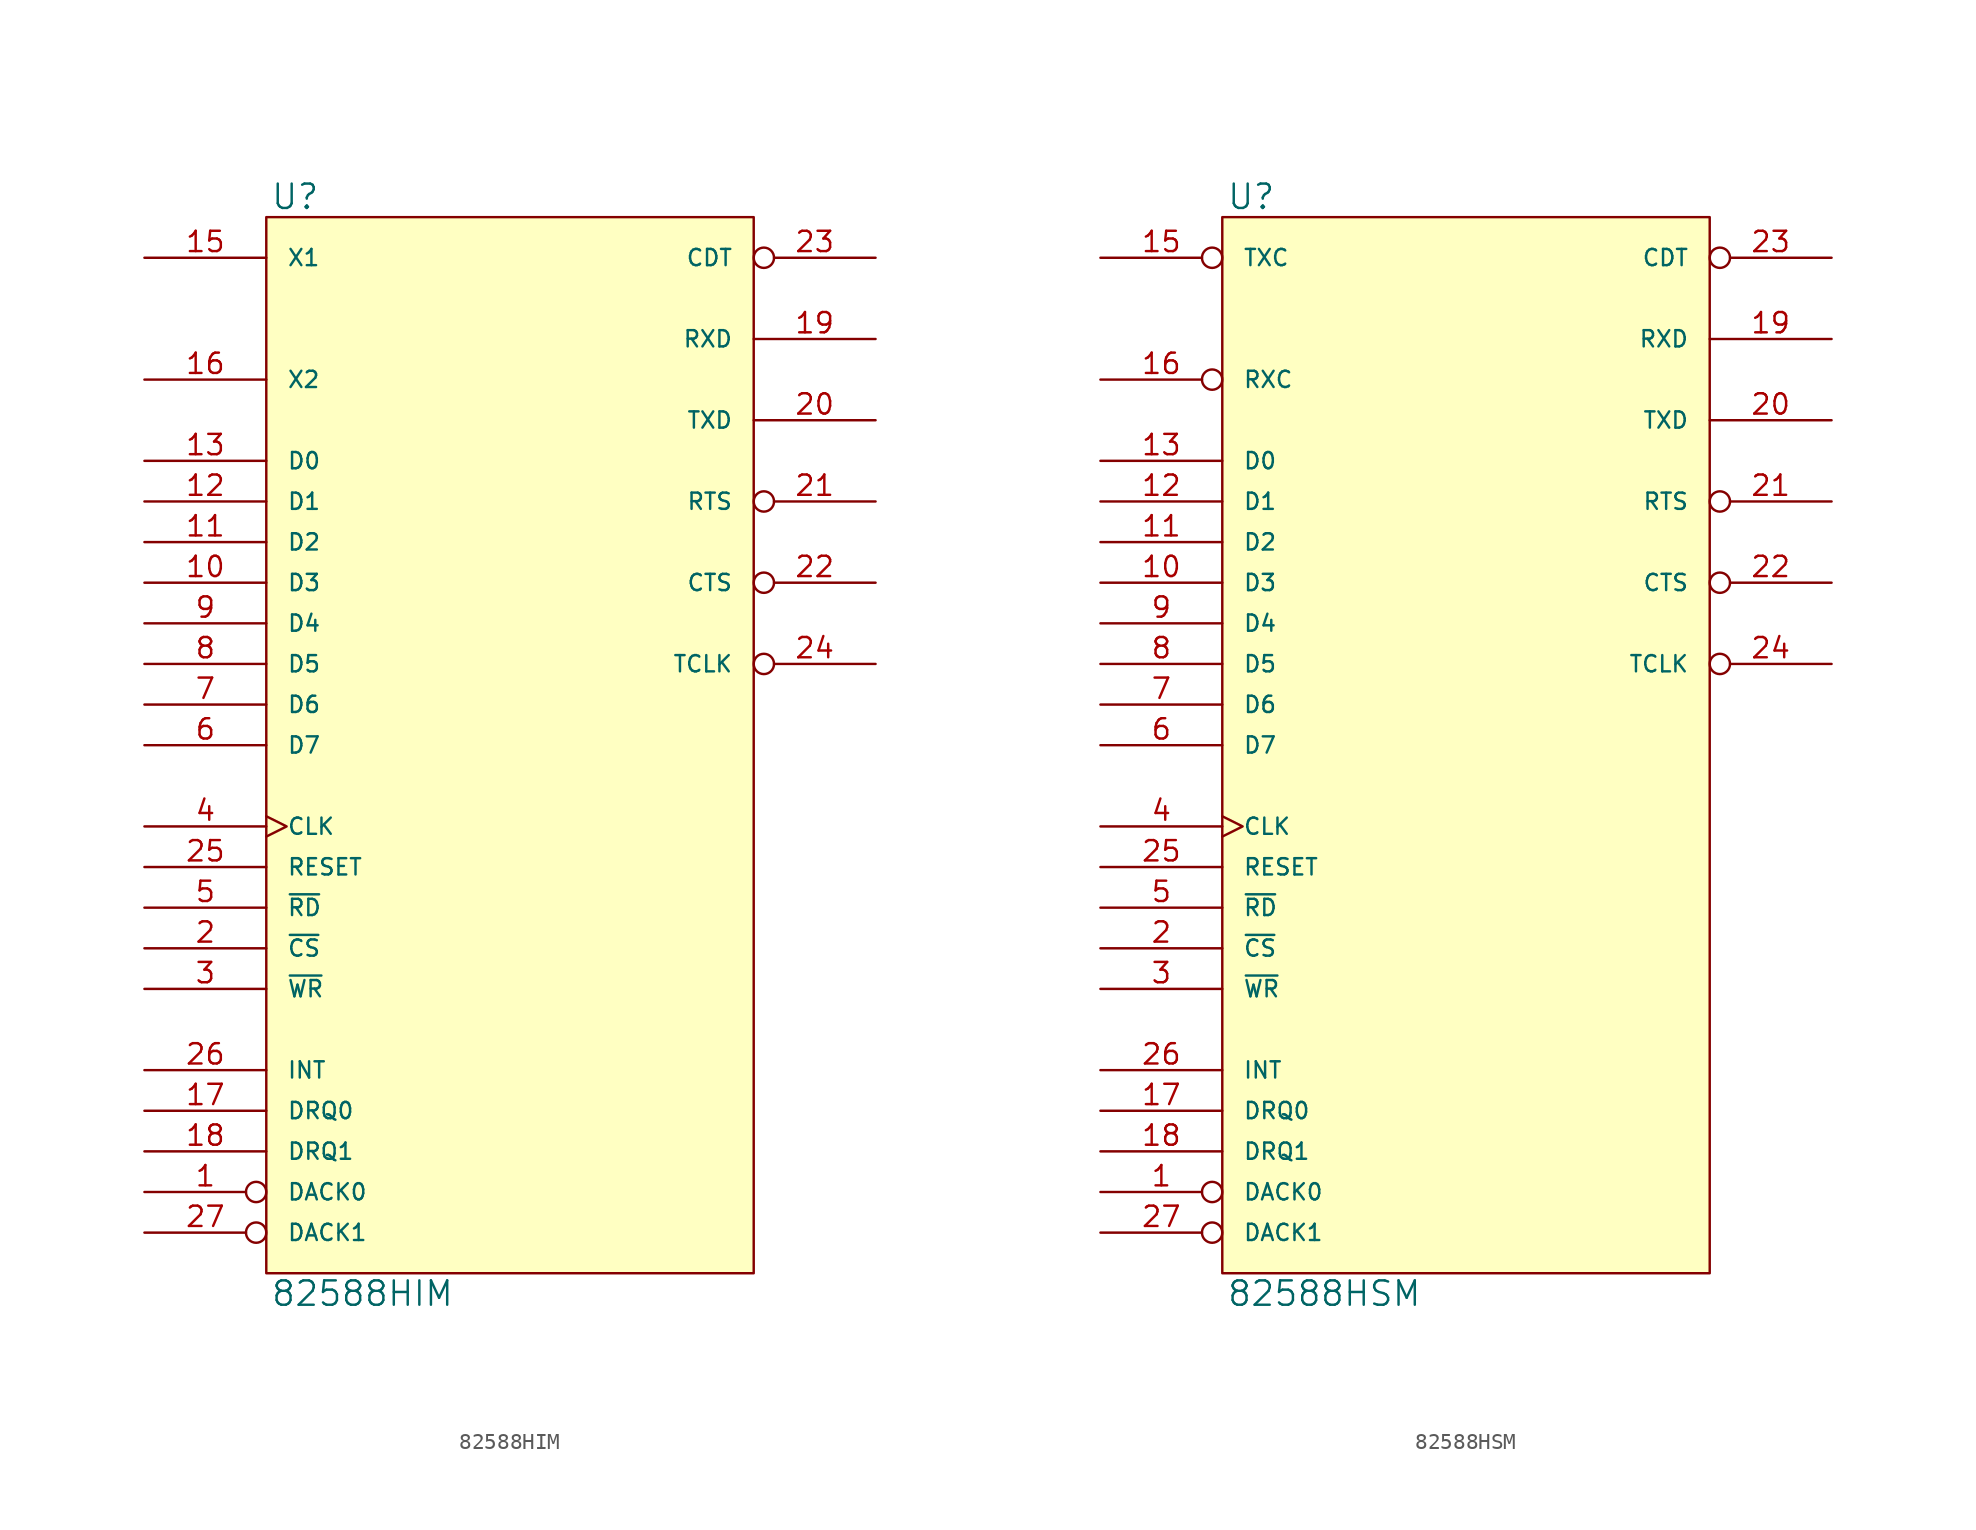
<source format=kicad_sym>
(kicad_symbol_lib
  (version 20231120)
  (generator "kicad_symbol_editor")
  (generator_version "8.0")
  (symbol "82588HIM"
    (pin_names
      (offset 1.27))
    (property "Reference" "U"
      (at 0.254 0.381 0)
      (effects (font (size 1.524 1.524)) (justify left bottom)))
    (property "Value" "82588HIM"
      (at 0.254 -66.421 0)
      (effects (font (size 1.524 1.524)) (justify left top)))
    (symbol "82588HIM_0_1"
      (rectangle (start 0 0) (end 30.48 -66.04) (stroke (width 0) (type solid)) (fill (type background))))
    (symbol "82588HIM_1_1"
      (pin input inverted (at -7.62 -60.96 0) (length 7.62) (name "DACK0" (effects (font (size 1.016 1.016)))) (number "1" (effects (font (size 1.27 1.27)))))
      (pin bidirectional line (at -7.62 -22.86 0) (length 7.62) (name "D3" (effects (font (size 1.016 1.016)))) (number "10" (effects (font (size 1.27 1.27)))))
      (pin bidirectional line (at -7.62 -20.32 0) (length 7.62) (name "D2" (effects (font (size 1.016 1.016)))) (number "11" (effects (font (size 1.27 1.27)))))
      (pin bidirectional line (at -7.62 -17.78 0) (length 7.62) (name "D1" (effects (font (size 1.016 1.016)))) (number "12" (effects (font (size 1.27 1.27)))))
      (pin bidirectional line (at -7.62 -15.24 0) (length 7.62) (name "D0" (effects (font (size 1.016 1.016)))) (number "13" (effects (font (size 1.27 1.27)))))
      (pin power_in line (at 0 -66.04 90) (length 0) hide (name "GND" (effects (font (size 1.016 1.016)))) (number "14" (effects (font (size 1.27 1.27)))))
      (pin input line (at -7.62 -2.54 0) (length 7.62) (name "X1" (effects (font (size 1.016 1.016)))) (number "15" (effects (font (size 1.27 1.27)))))
      (pin input line (at -7.62 -10.16 0) (length 7.62) (name "X2" (effects (font (size 1.016 1.016)))) (number "16" (effects (font (size 1.27 1.27)))))
      (pin output line (at -7.62 -55.88 0) (length 7.62) (name "DRQ0" (effects (font (size 1.016 1.016)))) (number "17" (effects (font (size 1.27 1.27)))))
      (pin output line (at -7.62 -58.42 0) (length 7.62) (name "DRQ1" (effects (font (size 1.016 1.016)))) (number "18" (effects (font (size 1.27 1.27)))))
      (pin input line (at 38.1 -7.62 180) (length 7.62) (name "RXD" (effects (font (size 1.016 1.016)))) (number "19" (effects (font (size 1.27 1.27)))))
      (pin input line (at -7.62 -45.72 0) (length 7.62) (name "~{CS}" (effects (font (size 1.016 1.016)))) (number "2" (effects (font (size 1.27 1.27)))))
      (pin output line (at 38.1 -12.7 180) (length 7.62) (name "TXD" (effects (font (size 1.016 1.016)))) (number "20" (effects (font (size 1.27 1.27)))))
      (pin output inverted (at 38.1 -17.78 180) (length 7.62) (name "RTS" (effects (font (size 1.016 1.016)))) (number "21" (effects (font (size 1.27 1.27)))))
      (pin input inverted (at 38.1 -22.86 180) (length 7.62) (name "CTS" (effects (font (size 1.016 1.016)))) (number "22" (effects (font (size 1.27 1.27)))))
      (pin input inverted (at 38.1 -2.54 180) (length 7.62) (name "CDT" (effects (font (size 1.016 1.016)))) (number "23" (effects (font (size 1.27 1.27)))))
      (pin output inverted (at 38.1 -27.94 180) (length 7.62) (name "TCLK" (effects (font (size 1.016 1.016)))) (number "24" (effects (font (size 1.27 1.27)))))
      (pin input line (at -7.62 -40.64 0) (length 7.62) (name "RESET" (effects (font (size 1.016 1.016)))) (number "25" (effects (font (size 1.27 1.27)))))
      (pin output line (at -7.62 -53.34 0) (length 7.62) (name "INT" (effects (font (size 1.016 1.016)))) (number "26" (effects (font (size 1.27 1.27)))))
      (pin input inverted (at -7.62 -63.5 0) (length 7.62) (name "DACK1" (effects (font (size 1.016 1.016)))) (number "27" (effects (font (size 1.27 1.27)))))
      (pin power_in line (at 0 0 270) (length 0) hide (name "VCC" (effects (font (size 1.016 1.016)))) (number "28" (effects (font (size 1.27 1.27)))))
      (pin input line (at -7.62 -48.26 0) (length 7.62) (name "~{WR}" (effects (font (size 1.016 1.016)))) (number "3" (effects (font (size 1.27 1.27)))))
      (pin input clock (at -7.62 -38.1 0) (length 7.62) (name "CLK" (effects (font (size 1.016 1.016)))) (number "4" (effects (font (size 1.27 1.27)))))
      (pin input line (at -7.62 -43.18 0) (length 7.62) (name "~{RD}" (effects (font (size 1.016 1.016)))) (number "5" (effects (font (size 1.27 1.27)))))
      (pin bidirectional line (at -7.62 -33.02 0) (length 7.62) (name "D7" (effects (font (size 1.016 1.016)))) (number "6" (effects (font (size 1.27 1.27)))))
      (pin bidirectional line (at -7.62 -30.48 0) (length 7.62) (name "D6" (effects (font (size 1.016 1.016)))) (number "7" (effects (font (size 1.27 1.27)))))
      (pin bidirectional line (at -7.62 -27.94 0) (length 7.62) (name "D5" (effects (font (size 1.016 1.016)))) (number "8" (effects (font (size 1.27 1.27)))))
      (pin bidirectional line (at -7.62 -25.4 0) (length 7.62) (name "D4" (effects (font (size 1.016 1.016)))) (number "9" (effects (font (size 1.27 1.27)))))))
  (symbol "82588HSM"
    (pin_names
      (offset 1.27))
    (property "Reference" "U"
      (at 0.254 0.381 0)
      (effects (font (size 1.524 1.524)) (justify left bottom)))
    (property "Value" "82588HSM"
      (at 0.254 -66.421 0)
      (effects (font (size 1.524 1.524)) (justify left top)))
    (symbol "82588HSM_0_1"
      (rectangle (start 0 0) (end 30.48 -66.04) (stroke (width 0) (type solid)) (fill (type background))))
    (symbol "82588HSM_1_1"
      (pin input inverted (at -7.62 -60.96 0) (length 7.62) (name "DACK0" (effects (font (size 1.016 1.016)))) (number "1" (effects (font (size 1.27 1.27)))))
      (pin bidirectional line (at -7.62 -22.86 0) (length 7.62) (name "D3" (effects (font (size 1.016 1.016)))) (number "10" (effects (font (size 1.27 1.27)))))
      (pin bidirectional line (at -7.62 -20.32 0) (length 7.62) (name "D2" (effects (font (size 1.016 1.016)))) (number "11" (effects (font (size 1.27 1.27)))))
      (pin bidirectional line (at -7.62 -17.78 0) (length 7.62) (name "D1" (effects (font (size 1.016 1.016)))) (number "12" (effects (font (size 1.27 1.27)))))
      (pin bidirectional line (at -7.62 -15.24 0) (length 7.62) (name "D0" (effects (font (size 1.016 1.016)))) (number "13" (effects (font (size 1.27 1.27)))))
      (pin power_in line (at 0 -66.04 90) (length 0) hide (name "GND" (effects (font (size 1.016 1.016)))) (number "14" (effects (font (size 1.27 1.27)))))
      (pin input inverted (at -7.62 -2.54 0) (length 7.62) (name "TXC" (effects (font (size 1.016 1.016)))) (number "15" (effects (font (size 1.27 1.27)))))
      (pin input inverted (at -7.62 -10.16 0) (length 7.62) (name "RXC" (effects (font (size 1.016 1.016)))) (number "16" (effects (font (size 1.27 1.27)))))
      (pin output line (at -7.62 -55.88 0) (length 7.62) (name "DRQ0" (effects (font (size 1.016 1.016)))) (number "17" (effects (font (size 1.27 1.27)))))
      (pin output line (at -7.62 -58.42 0) (length 7.62) (name "DRQ1" (effects (font (size 1.016 1.016)))) (number "18" (effects (font (size 1.27 1.27)))))
      (pin input line (at 38.1 -7.62 180) (length 7.62) (name "RXD" (effects (font (size 1.016 1.016)))) (number "19" (effects (font (size 1.27 1.27)))))
      (pin input line (at -7.62 -45.72 0) (length 7.62) (name "~{CS}" (effects (font (size 1.016 1.016)))) (number "2" (effects (font (size 1.27 1.27)))))
      (pin output line (at 38.1 -12.7 180) (length 7.62) (name "TXD" (effects (font (size 1.016 1.016)))) (number "20" (effects (font (size 1.27 1.27)))))
      (pin output inverted (at 38.1 -17.78 180) (length 7.62) (name "RTS" (effects (font (size 1.016 1.016)))) (number "21" (effects (font (size 1.27 1.27)))))
      (pin input inverted (at 38.1 -22.86 180) (length 7.62) (name "CTS" (effects (font (size 1.016 1.016)))) (number "22" (effects (font (size 1.27 1.27)))))
      (pin input inverted (at 38.1 -2.54 180) (length 7.62) (name "CDT" (effects (font (size 1.016 1.016)))) (number "23" (effects (font (size 1.27 1.27)))))
      (pin output inverted (at 38.1 -27.94 180) (length 7.62) (name "TCLK" (effects (font (size 1.016 1.016)))) (number "24" (effects (font (size 1.27 1.27)))))
      (pin input line (at -7.62 -40.64 0) (length 7.62) (name "RESET" (effects (font (size 1.016 1.016)))) (number "25" (effects (font (size 1.27 1.27)))))
      (pin output line (at -7.62 -53.34 0) (length 7.62) (name "INT" (effects (font (size 1.016 1.016)))) (number "26" (effects (font (size 1.27 1.27)))))
      (pin input inverted (at -7.62 -63.5 0) (length 7.62) (name "DACK1" (effects (font (size 1.016 1.016)))) (number "27" (effects (font (size 1.27 1.27)))))
      (pin power_in line (at 0 0 270) (length 0) hide (name "VCC" (effects (font (size 1.016 1.016)))) (number "28" (effects (font (size 1.27 1.27)))))
      (pin input line (at -7.62 -48.26 0) (length 7.62) (name "~{WR}" (effects (font (size 1.016 1.016)))) (number "3" (effects (font (size 1.27 1.27)))))
      (pin input clock (at -7.62 -38.1 0) (length 7.62) (name "CLK" (effects (font (size 1.016 1.016)))) (number "4" (effects (font (size 1.27 1.27)))))
      (pin input line (at -7.62 -43.18 0) (length 7.62) (name "~{RD}" (effects (font (size 1.016 1.016)))) (number "5" (effects (font (size 1.27 1.27)))))
      (pin bidirectional line (at -7.62 -33.02 0) (length 7.62) (name "D7" (effects (font (size 1.016 1.016)))) (number "6" (effects (font (size 1.27 1.27)))))
      (pin bidirectional line (at -7.62 -30.48 0) (length 7.62) (name "D6" (effects (font (size 1.016 1.016)))) (number "7" (effects (font (size 1.27 1.27)))))
      (pin bidirectional line (at -7.62 -27.94 0) (length 7.62) (name "D5" (effects (font (size 1.016 1.016)))) (number "8" (effects (font (size 1.27 1.27)))))
      (pin bidirectional line (at -7.62 -25.4 0) (length 7.62) (name "D4" (effects (font (size 1.016 1.016)))) (number "9" (effects (font (size 1.27 1.27))))))))
</source>
